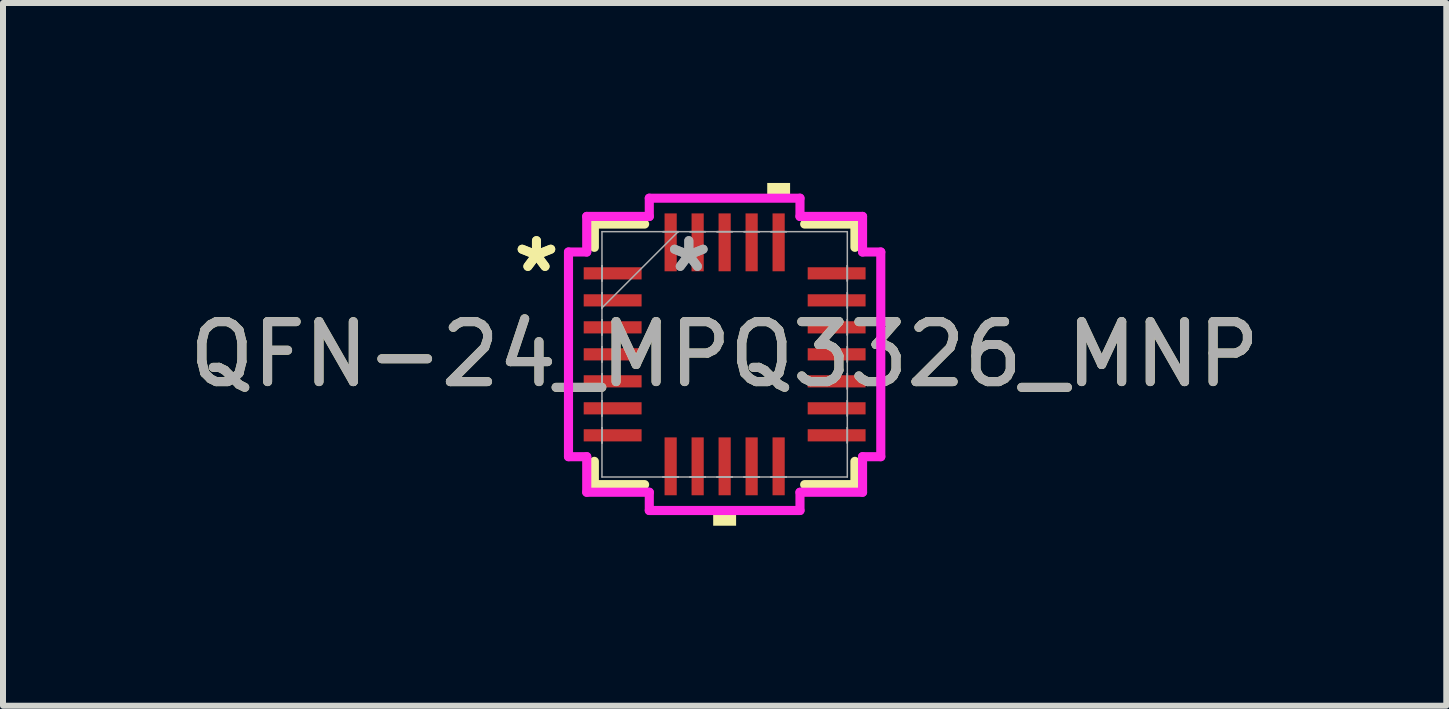
<source format=kicad_pcb>
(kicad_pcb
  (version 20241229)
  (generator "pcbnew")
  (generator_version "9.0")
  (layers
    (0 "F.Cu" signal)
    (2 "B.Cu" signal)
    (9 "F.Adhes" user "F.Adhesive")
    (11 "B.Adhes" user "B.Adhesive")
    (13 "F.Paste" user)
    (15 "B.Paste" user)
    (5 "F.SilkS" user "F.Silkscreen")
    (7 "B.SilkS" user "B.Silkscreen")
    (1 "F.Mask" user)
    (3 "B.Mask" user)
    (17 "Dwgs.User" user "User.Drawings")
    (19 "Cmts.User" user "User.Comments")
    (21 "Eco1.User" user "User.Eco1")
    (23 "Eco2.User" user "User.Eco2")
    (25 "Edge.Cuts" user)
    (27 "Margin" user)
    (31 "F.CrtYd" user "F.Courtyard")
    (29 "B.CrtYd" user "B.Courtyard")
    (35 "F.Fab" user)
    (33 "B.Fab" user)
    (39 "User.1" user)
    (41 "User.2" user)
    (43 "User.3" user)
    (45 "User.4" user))
  (footprint "QFN-24_MPQ3326_MNP"
    (layer "F.Cu")
    (at 9.03 2.857)
    (property "Reference" "QFN-24_MPQ3326_MNP" (at 0 0 0) (unlocked yes) (layer "F.SilkS") (effects (font (size 1 1) (thickness 0.15))))
    (attr smd)
    (fp_line (start -2.172 -2.172) (end -2.172 -1.784) (stroke (width 0.152) (type solid)) (layer "F.SilkS"))
    (fp_line (start -2.172 1.784) (end -2.172 2.172) (stroke (width 0.152) (type solid)) (layer "F.SilkS"))
    (fp_line (start -2.172 2.172) (end -1.334 2.172) (stroke (width 0.152) (type solid)) (layer "F.SilkS"))
    (fp_line (start -1.334 -2.172) (end -2.172 -2.172) (stroke (width 0.152) (type solid)) (layer "F.SilkS"))
    (fp_line (start 1.334 2.172) (end 2.172 2.172) (stroke (width 0.152) (type solid)) (layer "F.SilkS"))
    (fp_line (start 2.172 -2.172) (end 1.334 -2.172) (stroke (width 0.152) (type solid)) (layer "F.SilkS"))
    (fp_line (start 2.172 -1.784) (end 2.172 -2.172) (stroke (width 0.152) (type solid)) (layer "F.SilkS"))
    (fp_line (start 2.172 2.172) (end 2.172 1.784) (stroke (width 0.152) (type solid)) (layer "F.SilkS"))
    (fp_poly (pts (xy -0.191 2.603) (xy -0.191 2.857) (xy 0.191 2.857) (xy 0.191 2.603)) (stroke (width 0) (type solid)) (fill yes) (layer "F.SilkS"))
    (fp_poly (pts (xy 0.71 -2.603) (xy 0.71 -2.857) (xy 1.091 -2.857) (xy 1.091 -2.603)) (stroke (width 0) (type solid)) (fill yes) (layer "F.SilkS"))
    (fp_line (start -2.603 -1.706) (end -2.299 -1.706) (stroke (width 0.152) (type solid)) (layer "F.CrtYd"))
    (fp_line (start -2.603 1.706) (end -2.603 -1.706) (stroke (width 0.152) (type solid)) (layer "F.CrtYd"))
    (fp_line (start -2.299 -2.299) (end -1.256 -2.299) (stroke (width 0.152) (type solid)) (layer "F.CrtYd"))
    (fp_line (start -2.299 -1.706) (end -2.299 -2.299) (stroke (width 0.152) (type solid)) (layer "F.CrtYd"))
    (fp_line (start -2.299 1.706) (end -2.603 1.706) (stroke (width 0.152) (type solid)) (layer "F.CrtYd"))
    (fp_line (start -2.299 2.299) (end -2.299 1.706) (stroke (width 0.152) (type solid)) (layer "F.CrtYd"))
    (fp_line (start -1.256 -2.603) (end 1.256 -2.603) (stroke (width 0.152) (type solid)) (layer "F.CrtYd"))
    (fp_line (start -1.256 -2.299) (end -1.256 -2.603) (stroke (width 0.152) (type solid)) (layer "F.CrtYd"))
    (fp_line (start -1.256 2.299) (end -2.299 2.299) (stroke (width 0.152) (type solid)) (layer "F.CrtYd"))
    (fp_line (start -1.256 2.603) (end -1.256 2.299) (stroke (width 0.152) (type solid)) (layer "F.CrtYd"))
    (fp_line (start 1.256 -2.603) (end 1.256 -2.299) (stroke (width 0.152) (type solid)) (layer "F.CrtYd"))
    (fp_line (start 1.256 -2.299) (end 2.299 -2.299) (stroke (width 0.152) (type solid)) (layer "F.CrtYd"))
    (fp_line (start 1.256 2.299) (end 1.256 2.603) (stroke (width 0.152) (type solid)) (layer "F.CrtYd"))
    (fp_line (start 1.256 2.603) (end -1.256 2.603) (stroke (width 0.152) (type solid)) (layer "F.CrtYd"))
    (fp_line (start 2.299 -2.299) (end 2.299 -1.706) (stroke (width 0.152) (type solid)) (layer "F.CrtYd"))
    (fp_line (start 2.299 -1.706) (end 2.603 -1.706) (stroke (width 0.152) (type solid)) (layer "F.CrtYd"))
    (fp_line (start 2.299 1.706) (end 2.299 2.299) (stroke (width 0.152) (type solid)) (layer "F.CrtYd"))
    (fp_line (start 2.299 2.299) (end 1.256 2.299) (stroke (width 0.152) (type solid)) (layer "F.CrtYd"))
    (fp_line (start 2.603 -1.706) (end 2.603 1.706) (stroke (width 0.152) (type solid)) (layer "F.CrtYd"))
    (fp_line (start 2.603 1.706) (end 2.299 1.706) (stroke (width 0.152) (type solid)) (layer "F.CrtYd"))
    (fp_line (start -2.045 -2.045) (end -2.045 2.045) (stroke (width 0.025) (type solid)) (layer "F.Fab"))
    (fp_line (start -2.045 -1.477) (end -2.045 -1.477) (stroke (width 0.025) (type solid)) (layer "F.Fab"))
    (fp_line (start -2.045 -1.477) (end -2.045 -1.223) (stroke (width 0.025) (type solid)) (layer "F.Fab"))
    (fp_line (start -2.045 -1.223) (end -2.045 -1.477) (stroke (width 0.025) (type solid)) (layer "F.Fab"))
    (fp_line (start -2.045 -1.223) (end -2.045 -1.223) (stroke (width 0.025) (type solid)) (layer "F.Fab"))
    (fp_line (start -2.045 -1.027) (end -2.045 -1.027) (stroke (width 0.025) (type solid)) (layer "F.Fab"))
    (fp_line (start -2.045 -1.027) (end -2.045 -0.773) (stroke (width 0.025) (type solid)) (layer "F.Fab"))
    (fp_line (start -2.045 -0.775) (end -0.775 -2.045) (stroke (width 0.025) (type solid)) (layer "F.Fab"))
    (fp_line (start -2.045 -0.773) (end -2.045 -1.027) (stroke (width 0.025) (type solid)) (layer "F.Fab"))
    (fp_line (start -2.045 -0.773) (end -2.045 -0.773) (stroke (width 0.025) (type solid)) (layer "F.Fab"))
    (fp_line (start -2.045 -0.577) (end -2.045 -0.577) (stroke (width 0.025) (type solid)) (layer "F.Fab"))
    (fp_line (start -2.045 -0.577) (end -2.045 -0.323) (stroke (width 0.025) (type solid)) (layer "F.Fab"))
    (fp_line (start -2.045 -0.323) (end -2.045 -0.577) (stroke (width 0.025) (type solid)) (layer "F.Fab"))
    (fp_line (start -2.045 -0.323) (end -2.045 -0.323) (stroke (width 0.025) (type solid)) (layer "F.Fab"))
    (fp_line (start -2.045 -0.127) (end -2.045 -0.127) (stroke (width 0.025) (type solid)) (layer "F.Fab"))
    (fp_line (start -2.045 -0.127) (end -2.045 0.127) (stroke (width 0.025) (type solid)) (layer "F.Fab"))
    (fp_line (start -2.045 0.127) (end -2.045 -0.127) (stroke (width 0.025) (type solid)) (layer "F.Fab"))
    (fp_line (start -2.045 0.127) (end -2.045 0.127) (stroke (width 0.025) (type solid)) (layer "F.Fab"))
    (fp_line (start -2.045 0.323) (end -2.045 0.323) (stroke (width 0.025) (type solid)) (layer "F.Fab"))
    (fp_line (start -2.045 0.323) (end -2.045 0.577) (stroke (width 0.025) (type solid)) (layer "F.Fab"))
    (fp_line (start -2.045 0.577) (end -2.045 0.323) (stroke (width 0.025) (type solid)) (layer "F.Fab"))
    (fp_line (start -2.045 0.577) (end -2.045 0.577) (stroke (width 0.025) (type solid)) (layer "F.Fab"))
    (fp_line (start -2.045 0.773) (end -2.045 0.773) (stroke (width 0.025) (type solid)) (layer "F.Fab"))
    (fp_line (start -2.045 0.773) (end -2.045 1.027) (stroke (width 0.025) (type solid)) (layer "F.Fab"))
    (fp_line (start -2.045 1.027) (end -2.045 0.773) (stroke (width 0.025) (type solid)) (layer "F.Fab"))
    (fp_line (start -2.045 1.027) (end -2.045 1.027) (stroke (width 0.025) (type solid)) (layer "F.Fab"))
    (fp_line (start -2.045 1.223) (end -2.045 1.223) (stroke (width 0.025) (type solid)) (layer "F.Fab"))
    (fp_line (start -2.045 1.223) (end -2.045 1.477) (stroke (width 0.025) (type solid)) (layer "F.Fab"))
    (fp_line (start -2.045 1.477) (end -2.045 1.223) (stroke (width 0.025) (type solid)) (layer "F.Fab"))
    (fp_line (start -2.045 1.477) (end -2.045 1.477) (stroke (width 0.025) (type solid)) (layer "F.Fab"))
    (fp_line (start -2.045 2.045) (end 2.045 2.045) (stroke (width 0.025) (type solid)) (layer "F.Fab"))
    (fp_line (start -1.027 -2.045) (end -1.027 -2.045) (stroke (width 0.025) (type solid)) (layer "F.Fab"))
    (fp_line (start -1.027 -2.045) (end -0.773 -2.045) (stroke (width 0.025) (type solid)) (layer "F.Fab"))
    (fp_line (start -1.027 2.045) (end -1.027 2.045) (stroke (width 0.025) (type solid)) (layer "F.Fab"))
    (fp_line (start -1.027 2.045) (end -0.773 2.045) (stroke (width 0.025) (type solid)) (layer "F.Fab"))
    (fp_line (start -0.773 -2.045) (end -1.027 -2.045) (stroke (width 0.025) (type solid)) (layer "F.Fab"))
    (fp_line (start -0.773 -2.045) (end -0.773 -2.045) (stroke (width 0.025) (type solid)) (layer "F.Fab"))
    (fp_line (start -0.773 2.045) (end -1.027 2.045) (stroke (width 0.025) (type solid)) (layer "F.Fab"))
    (fp_line (start -0.773 2.045) (end -0.773 2.045) (stroke (width 0.025) (type solid)) (layer "F.Fab"))
    (fp_line (start -0.577 -2.045) (end -0.577 -2.045) (stroke (width 0.025) (type solid)) (layer "F.Fab"))
    (fp_line (start -0.577 -2.045) (end -0.323 -2.045) (stroke (width 0.025) (type solid)) (layer "F.Fab"))
    (fp_line (start -0.577 2.045) (end -0.577 2.045) (stroke (width 0.025) (type solid)) (layer "F.Fab"))
    (fp_line (start -0.577 2.045) (end -0.323 2.045) (stroke (width 0.025) (type solid)) (layer "F.Fab"))
    (fp_line (start -0.323 -2.045) (end -0.577 -2.045) (stroke (width 0.025) (type solid)) (layer "F.Fab"))
    (fp_line (start -0.323 -2.045) (end -0.323 -2.045) (stroke (width 0.025) (type solid)) (layer "F.Fab"))
    (fp_line (start -0.323 2.045) (end -0.577 2.045) (stroke (width 0.025) (type solid)) (layer "F.Fab"))
    (fp_line (start -0.323 2.045) (end -0.323 2.045) (stroke (width 0.025) (type solid)) (layer "F.Fab"))
    (fp_line (start -0.127 -2.045) (end -0.127 -2.045) (stroke (width 0.025) (type solid)) (layer "F.Fab"))
    (fp_line (start -0.127 -2.045) (end 0.127 -2.045) (stroke (width 0.025) (type solid)) (layer "F.Fab"))
    (fp_line (start -0.127 2.045) (end -0.127 2.045) (stroke (width 0.025) (type solid)) (layer "F.Fab"))
    (fp_line (start -0.127 2.045) (end 0.127 2.045) (stroke (width 0.025) (type solid)) (layer "F.Fab"))
    (fp_line (start 0.127 -2.045) (end -0.127 -2.045) (stroke (width 0.025) (type solid)) (layer "F.Fab"))
    (fp_line (start 0.127 -2.045) (end 0.127 -2.045) (stroke (width 0.025) (type solid)) (layer "F.Fab"))
    (fp_line (start 0.127 2.045) (end -0.127 2.045) (stroke (width 0.025) (type solid)) (layer "F.Fab"))
    (fp_line (start 0.127 2.045) (end 0.127 2.045) (stroke (width 0.025) (type solid)) (layer "F.Fab"))
    (fp_line (start 0.323 -2.045) (end 0.323 -2.045) (stroke (width 0.025) (type solid)) (layer "F.Fab"))
    (fp_line (start 0.323 -2.045) (end 0.577 -2.045) (stroke (width 0.025) (type solid)) (layer "F.Fab"))
    (fp_line (start 0.323 2.045) (end 0.323 2.045) (stroke (width 0.025) (type solid)) (layer "F.Fab"))
    (fp_line (start 0.323 2.045) (end 0.577 2.045) (stroke (width 0.025) (type solid)) (layer "F.Fab"))
    (fp_line (start 0.577 -2.045) (end 0.323 -2.045) (stroke (width 0.025) (type solid)) (layer "F.Fab"))
    (fp_line (start 0.577 -2.045) (end 0.577 -2.045) (stroke (width 0.025) (type solid)) (layer "F.Fab"))
    (fp_line (start 0.577 2.045) (end 0.323 2.045) (stroke (width 0.025) (type solid)) (layer "F.Fab"))
    (fp_line (start 0.577 2.045) (end 0.577 2.045) (stroke (width 0.025) (type solid)) (layer "F.Fab"))
    (fp_line (start 0.773 -2.045) (end 0.773 -2.045) (stroke (width 0.025) (type solid)) (layer "F.Fab"))
    (fp_line (start 0.773 -2.045) (end 1.027 -2.045) (stroke (width 0.025) (type solid)) (layer "F.Fab"))
    (fp_line (start 0.773 2.045) (end 0.773 2.045) (stroke (width 0.025) (type solid)) (layer "F.Fab"))
    (fp_line (start 0.773 2.045) (end 1.027 2.045) (stroke (width 0.025) (type solid)) (layer "F.Fab"))
    (fp_line (start 1.027 -2.045) (end 0.773 -2.045) (stroke (width 0.025) (type solid)) (layer "F.Fab"))
    (fp_line (start 1.027 -2.045) (end 1.027 -2.045) (stroke (width 0.025) (type solid)) (layer "F.Fab"))
    (fp_line (start 1.027 2.045) (end 0.773 2.045) (stroke (width 0.025) (type solid)) (layer "F.Fab"))
    (fp_line (start 1.027 2.045) (end 1.027 2.045) (stroke (width 0.025) (type solid)) (layer "F.Fab"))
    (fp_line (start 2.045 -2.045) (end -2.045 -2.045) (stroke (width 0.025) (type solid)) (layer "F.Fab"))
    (fp_line (start 2.045 -1.477) (end 2.045 -1.477) (stroke (width 0.025) (type solid)) (layer "F.Fab"))
    (fp_line (start 2.045 -1.477) (end 2.045 -1.223) (stroke (width 0.025) (type solid)) (layer "F.Fab"))
    (fp_line (start 2.045 -1.223) (end 2.045 -1.477) (stroke (width 0.025) (type solid)) (layer "F.Fab"))
    (fp_line (start 2.045 -1.223) (end 2.045 -1.223) (stroke (width 0.025) (type solid)) (layer "F.Fab"))
    (fp_line (start 2.045 -1.027) (end 2.045 -1.027) (stroke (width 0.025) (type solid)) (layer "F.Fab"))
    (fp_line (start 2.045 -1.027) (end 2.045 -0.773) (stroke (width 0.025) (type solid)) (layer "F.Fab"))
    (fp_line (start 2.045 -0.773) (end 2.045 -1.027) (stroke (width 0.025) (type solid)) (layer "F.Fab"))
    (fp_line (start 2.045 -0.773) (end 2.045 -0.773) (stroke (width 0.025) (type solid)) (layer "F.Fab"))
    (fp_line (start 2.045 -0.577) (end 2.045 -0.577) (stroke (width 0.025) (type solid)) (layer "F.Fab"))
    (fp_line (start 2.045 -0.577) (end 2.045 -0.323) (stroke (width 0.025) (type solid)) (layer "F.Fab"))
    (fp_line (start 2.045 -0.323) (end 2.045 -0.577) (stroke (width 0.025) (type solid)) (layer "F.Fab"))
    (fp_line (start 2.045 -0.323) (end 2.045 -0.323) (stroke (width 0.025) (type solid)) (layer "F.Fab"))
    (fp_line (start 2.045 -0.127) (end 2.045 -0.127) (stroke (width 0.025) (type solid)) (layer "F.Fab"))
    (fp_line (start 2.045 -0.127) (end 2.045 0.127) (stroke (width 0.025) (type solid)) (layer "F.Fab"))
    (fp_line (start 2.045 0.127) (end 2.045 -0.127) (stroke (width 0.025) (type solid)) (layer "F.Fab"))
    (fp_line (start 2.045 0.127) (end 2.045 0.127) (stroke (width 0.025) (type solid)) (layer "F.Fab"))
    (fp_line (start 2.045 0.323) (end 2.045 0.323) (stroke (width 0.025) (type solid)) (layer "F.Fab"))
    (fp_line (start 2.045 0.323) (end 2.045 0.577) (stroke (width 0.025) (type solid)) (layer "F.Fab"))
    (fp_line (start 2.045 0.577) (end 2.045 0.323) (stroke (width 0.025) (type solid)) (layer "F.Fab"))
    (fp_line (start 2.045 0.577) (end 2.045 0.577) (stroke (width 0.025) (type solid)) (layer "F.Fab"))
    (fp_line (start 2.045 0.773) (end 2.045 0.773) (stroke (width 0.025) (type solid)) (layer "F.Fab"))
    (fp_line (start 2.045 0.773) (end 2.045 1.027) (stroke (width 0.025) (type solid)) (layer "F.Fab"))
    (fp_line (start 2.045 1.027) (end 2.045 0.773) (stroke (width 0.025) (type solid)) (layer "F.Fab"))
    (fp_line (start 2.045 1.027) (end 2.045 1.027) (stroke (width 0.025) (type solid)) (layer "F.Fab"))
    (fp_line (start 2.045 1.223) (end 2.045 1.223) (stroke (width 0.025) (type solid)) (layer "F.Fab"))
    (fp_line (start 2.045 1.223) (end 2.045 1.477) (stroke (width 0.025) (type solid)) (layer "F.Fab"))
    (fp_line (start 2.045 1.477) (end 2.045 1.223) (stroke (width 0.025) (type solid)) (layer "F.Fab"))
    (fp_line (start 2.045 1.477) (end 2.045 1.477) (stroke (width 0.025) (type solid)) (layer "F.Fab"))
    (fp_line (start 2.045 2.045) (end 2.045 -2.045) (stroke (width 0.025) (type solid)) (layer "F.Fab"))
    (fp_text user "*" (at -3.137 -1.35 0) (layer "F.SilkS") (effects (font (size 1 1) (thickness 0.15))))
    (fp_text user "*" (at -3.137 -1.35 0) (unlocked yes) (layer "F.SilkS") (effects (font (size 1 1) (thickness 0.15))))
    (fp_text user "*" (at -0.597 -1.35 0) (unlocked yes) (layer "F.Fab") (effects (font (size 1 1) (thickness 0.15))))
    (fp_text user "*" (at -0.597 -1.35 0) (layer "F.Fab") (effects (font (size 1 1) (thickness 0.15))))
    (fp_text user "${REFERENCE}" (at 0 0 0) (unlocked yes) (layer "F.Fab") (effects (font (size 1 1) (thickness 0.15))))
    (pad "1" smd rect (at -1.867 -1.35 90) (size 0.203 0.965) (layers "F.Cu" "F.Mask" "F.Paste"))
    (pad "2" smd rect (at -1.867 -0.9 90) (size 0.203 0.965) (layers "F.Cu" "F.Mask" "F.Paste"))
    (pad "3" smd rect (at -1.867 -0.45 90) (size 0.203 0.965) (layers "F.Cu" "F.Mask" "F.Paste"))
    (pad "4" smd rect (at -1.867 0 90) (size 0.203 0.965) (layers "F.Cu" "F.Mask" "F.Paste"))
    (pad "5" smd rect (at -1.867 0.45 90) (size 0.203 0.965) (layers "F.Cu" "F.Mask" "F.Paste"))
    (pad "6" smd rect (at -1.867 0.9 90) (size 0.203 0.965) (layers "F.Cu" "F.Mask" "F.Paste"))
    (pad "7" smd rect (at -1.867 1.35 90) (size 0.203 0.965) (layers "F.Cu" "F.Mask" "F.Paste"))
    (pad "8" smd rect (at -0.9 1.867) (size 0.203 0.965) (layers "F.Cu" "F.Mask" "F.Paste"))
    (pad "9" smd rect (at -0.45 1.867) (size 0.203 0.965) (layers "F.Cu" "F.Mask" "F.Paste"))
    (pad "10" smd rect (at 0 1.867) (size 0.203 0.965) (layers "F.Cu" "F.Mask" "F.Paste"))
    (pad "11" smd rect (at 0.45 1.867) (size 0.203 0.965) (layers "F.Cu" "F.Mask" "F.Paste"))
    (pad "12" smd rect (at 0.9 1.867) (size 0.203 0.965) (layers "F.Cu" "F.Mask" "F.Paste"))
    (pad "13" smd rect (at 1.867 1.35 90) (size 0.203 0.965) (layers "F.Cu" "F.Mask" "F.Paste"))
    (pad "14" smd rect (at 1.867 0.9 90) (size 0.203 0.965) (layers "F.Cu" "F.Mask" "F.Paste"))
    (pad "15" smd rect (at 1.867 0.45 90) (size 0.203 0.965) (layers "F.Cu" "F.Mask" "F.Paste"))
    (pad "16" smd rect (at 1.867 0 90) (size 0.203 0.965) (layers "F.Cu" "F.Mask" "F.Paste"))
    (pad "17" smd rect (at 1.867 -0.45 90) (size 0.203 0.965) (layers "F.Cu" "F.Mask" "F.Paste"))
    (pad "18" smd rect (at 1.867 -0.9 90) (size 0.203 0.965) (layers "F.Cu" "F.Mask" "F.Paste"))
    (pad "19" smd rect (at 1.867 -1.35 90) (size 0.203 0.965) (layers "F.Cu" "F.Mask" "F.Paste"))
    (pad "20" smd rect (at 0.9 -1.867) (size 0.203 0.965) (layers "F.Cu" "F.Mask" "F.Paste"))
    (pad "21" smd rect (at 0.45 -1.867) (size 0.203 0.965) (layers "F.Cu" "F.Mask" "F.Paste"))
    (pad "22" smd rect (at 0 -1.867) (size 0.203 0.965) (layers "F.Cu" "F.Mask" "F.Paste"))
    (pad "23" smd rect (at -0.45 -1.867) (size 0.203 0.965) (layers "F.Cu" "F.Mask" "F.Paste"))
    (pad "24" smd rect (at -0.9 -1.867) (size 0.203 0.965) (layers "F.Cu" "F.Mask" "F.Paste")))
  (gr_rect
    (start -3 -3)
    (end 21.06 8.715)
    (stroke (width 0.1) (type default))
    (fill no)
    (layer "Edge.Cuts")))
</source>
